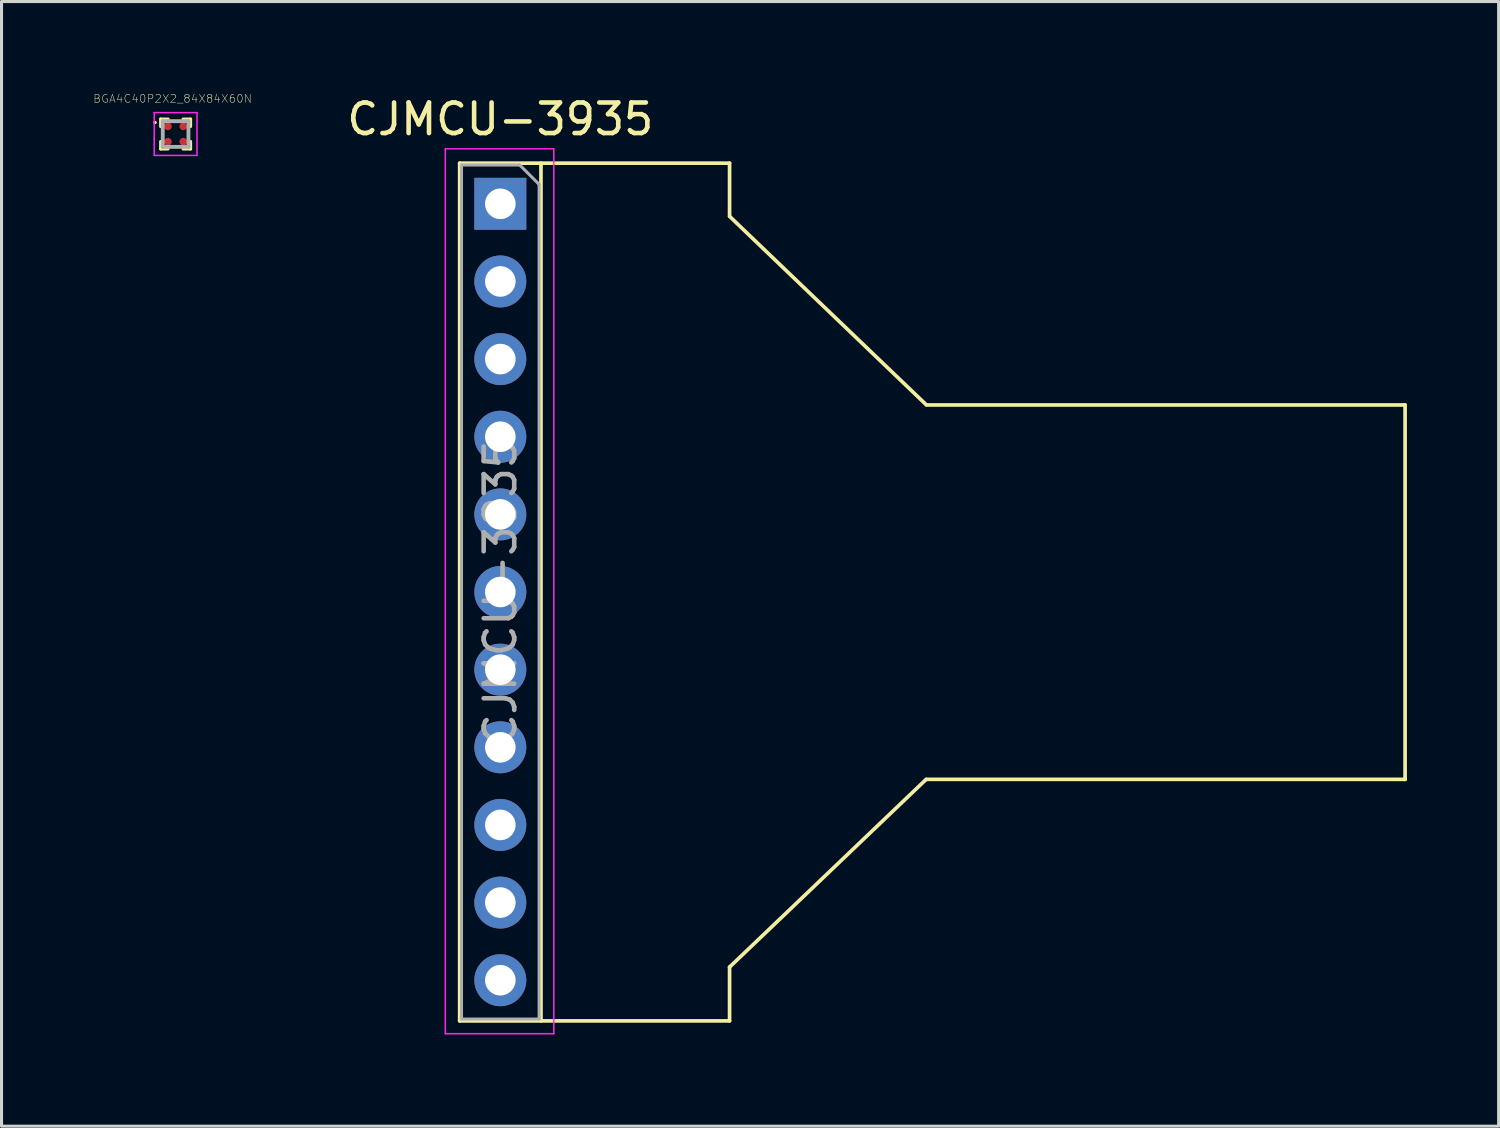
<source format=kicad_pcb>
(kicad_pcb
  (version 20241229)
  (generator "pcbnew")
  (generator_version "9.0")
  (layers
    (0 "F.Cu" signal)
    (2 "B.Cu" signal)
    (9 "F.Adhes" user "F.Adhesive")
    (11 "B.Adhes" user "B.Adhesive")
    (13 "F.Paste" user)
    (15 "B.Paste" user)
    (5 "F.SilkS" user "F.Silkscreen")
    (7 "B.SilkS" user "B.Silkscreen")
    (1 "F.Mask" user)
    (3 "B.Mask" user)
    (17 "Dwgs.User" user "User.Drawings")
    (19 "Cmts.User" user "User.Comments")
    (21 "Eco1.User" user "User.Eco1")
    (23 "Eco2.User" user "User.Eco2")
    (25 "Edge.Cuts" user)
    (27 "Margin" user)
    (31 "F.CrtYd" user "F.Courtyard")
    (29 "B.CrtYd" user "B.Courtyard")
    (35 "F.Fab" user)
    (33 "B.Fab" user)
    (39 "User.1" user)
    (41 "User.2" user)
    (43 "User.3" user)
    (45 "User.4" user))
  (footprint "BGA4C40P2X2_84X84X60N"
    (layer "F.Cu")
    (at 2.695 1.334)
    (property "Reference" "BGA4C40P2X2_84X84X60N" (at -0.099 -1.156 0) (layer "F.SilkS") (effects (font (size 0.26 0.26) (thickness 0.015))))
    (attr through_hole)
    (fp_line (start -0.49 -0.245) (end -0.49 -0.49) (stroke (width 0.1) (type solid)) (layer "F.SilkS"))
    (fp_line (start -0.49 0.49) (end -0.49 0.245) (stroke (width 0.1) (type solid)) (layer "F.SilkS"))
    (fp_line (start -0.245 -0.49) (end -0.49 -0.49) (stroke (width 0.1) (type solid)) (layer "F.SilkS"))
    (fp_line (start -0.245 0.49) (end -0.49 0.49) (stroke (width 0.1) (type solid)) (layer "F.SilkS"))
    (fp_line (start 0.49 -0.49) (end 0.245 -0.49) (stroke (width 0.1) (type solid)) (layer "F.SilkS"))
    (fp_line (start 0.49 -0.49) (end 0.49 -0.245) (stroke (width 0.1) (type solid)) (layer "F.SilkS"))
    (fp_line (start 0.49 0.245) (end 0.49 0.49) (stroke (width 0.1) (type solid)) (layer "F.SilkS"))
    (fp_line (start 0.49 0.49) (end 0.245 0.49) (stroke (width 0.1) (type solid)) (layer "F.SilkS"))
    (fp_circle (center -0.675 -0.375) (end -0.645 -0.375) (stroke (width 0.06) (type solid)) (fill no) (layer "F.SilkS"))
    (fp_line (start -0.7 -0.7) (end 0.7 -0.7) (stroke (width 0.05) (type solid)) (layer "F.CrtYd"))
    (fp_line (start -0.7 0.7) (end -0.7 -0.7) (stroke (width 0.05) (type solid)) (layer "F.CrtYd"))
    (fp_line (start 0.7 -0.7) (end 0.7 0.7) (stroke (width 0.05) (type solid)) (layer "F.CrtYd"))
    (fp_line (start 0.7 0.7) (end -0.7 0.7) (stroke (width 0.05) (type solid)) (layer "F.CrtYd"))
    (fp_line (start -0.42 -0.42) (end -0.42 0.42) (stroke (width 0.127) (type solid)) (layer "F.Fab"))
    (fp_line (start -0.42 0.42) (end 0.42 0.42) (stroke (width 0.127) (type solid)) (layer "F.Fab"))
    (fp_line (start 0.42 -0.42) (end -0.42 -0.42) (stroke (width 0.127) (type solid)) (layer "F.Fab"))
    (fp_line (start 0.42 0.42) (end 0.42 -0.42) (stroke (width 0.127) (type solid)) (layer "F.Fab"))
    (pad "A1" smd circle (at -0.25 -0.25) (size 0.25 0.25) (layers "F.Cu" "F.Mask" "F.Paste"))
    (pad "A2" smd circle (at 0.25 -0.25) (size 0.25 0.25) (layers "F.Cu" "F.Mask" "F.Paste"))
    (pad "B1" smd circle (at -0.25 0.25) (size 0.25 0.25) (layers "F.Cu" "F.Mask" "F.Paste"))
    (pad "B2" smd circle (at 0.25 0.25) (size 0.25 0.25) (layers "F.Cu" "F.Mask" "F.Paste")))
  (footprint "CJMCU-3935"
    (layer "F.Cu")
    (at 13.318 3.618)
    (property "Reference" "CJMCU-3935" (at 0 -2.77 0) (layer "F.SilkS") (effects (font (size 1 1) (thickness 0.15))))
    (attr through_hole)
    (fp_line (start -1.33 -1.33) (end -1.33 26.73) (stroke (width 0.12) (type solid)) (layer "F.SilkS"))
    (fp_line (start -1.33 -1.33) (end 7.5 -1.33) (stroke (width 0.12) (type solid)) (layer "F.SilkS"))
    (fp_line (start -1.33 26.73) (end 7.5 26.73) (stroke (width 0.12) (type solid)) (layer "F.SilkS"))
    (fp_line (start 1.33 -1.33) (end 1.33 26.73) (stroke (width 0.12) (type solid)) (layer "F.SilkS"))
    (fp_line (start 7.5 0.4) (end 7.5 -1.33) (stroke (width 0.12) (type solid)) (layer "F.SilkS"))
    (fp_line (start 7.5 0.41) (end 13.93 6.57) (stroke (width 0.12) (type solid)) (layer "F.SilkS"))
    (fp_line (start 7.5 26.73) (end 7.5 24.97) (stroke (width 0.12) (type solid)) (layer "F.SilkS"))
    (fp_line (start 13.93 18.83) (end 7.5 24.97) (stroke (width 0.12) (type solid)) (layer "F.SilkS"))
    (fp_line (start 13.94 6.58) (end 29.6 6.58) (stroke (width 0.12) (type solid)) (layer "F.SilkS"))
    (fp_line (start 13.94 18.83) (end 29.6 18.83) (stroke (width 0.12) (type solid)) (layer "F.SilkS"))
    (fp_line (start 29.6 6.58) (end 29.6 18.83) (stroke (width 0.12) (type solid)) (layer "F.SilkS"))
    (fp_line (start -1.8 -1.8) (end 1.75 -1.8) (stroke (width 0.05) (type solid)) (layer "F.CrtYd"))
    (fp_line (start -1.8 27.15) (end -1.8 -1.8) (stroke (width 0.05) (type solid)) (layer "F.CrtYd"))
    (fp_line (start 1.75 -1.8) (end 1.75 27.15) (stroke (width 0.05) (type solid)) (layer "F.CrtYd"))
    (fp_line (start 1.75 27.15) (end -1.8 27.15) (stroke (width 0.05) (type solid)) (layer "F.CrtYd"))
    (fp_line (start -1.27 -1.27) (end 0.635 -1.27) (stroke (width 0.1) (type solid)) (layer "F.Fab"))
    (fp_line (start -1.27 26.67) (end -1.27 -1.27) (stroke (width 0.1) (type solid)) (layer "F.Fab"))
    (fp_line (start 0.635 -1.27) (end 1.27 -0.635) (stroke (width 0.1) (type solid)) (layer "F.Fab"))
    (fp_line (start 1.27 -0.635) (end 1.27 26.67) (stroke (width 0.1) (type solid)) (layer "F.Fab"))
    (fp_line (start 1.27 26.67) (end -1.27 26.67) (stroke (width 0.1) (type solid)) (layer "F.Fab"))
    (fp_text user "${REFERENCE}" (at 0 12.7 90) (layer "F.Fab") (effects (font (size 1 1) (thickness 0.15))))
    (pad "1" thru_hole rect (at 0 0) (size 1.7 1.7) (drill 1) (layers "*.Cu" "*.Mask"))
    (pad "2" thru_hole oval (at 0 2.54) (size 1.7 1.7) (drill 1) (layers "*.Cu" "*.Mask"))
    (pad "3" thru_hole oval (at 0 5.08) (size 1.7 1.7) (drill 1) (layers "*.Cu" "*.Mask"))
    (pad "4" thru_hole oval (at 0 7.62) (size 1.7 1.7) (drill 1) (layers "*.Cu" "*.Mask"))
    (pad "5" thru_hole oval (at 0 10.16) (size 1.7 1.7) (drill 1) (layers "*.Cu" "*.Mask"))
    (pad "6" thru_hole oval (at 0 12.7) (size 1.7 1.7) (drill 1) (layers "*.Cu" "*.Mask"))
    (pad "7" thru_hole oval (at 0 15.24) (size 1.7 1.7) (drill 1) (layers "*.Cu" "*.Mask"))
    (pad "8" thru_hole oval (at 0 17.78) (size 1.7 1.7) (drill 1) (layers "*.Cu" "*.Mask"))
    (pad "9" thru_hole oval (at 0 20.32) (size 1.7 1.7) (drill 1) (layers "*.Cu" "*.Mask"))
    (pad "10" thru_hole oval (at 0 22.86) (size 1.7 1.7) (drill 1) (layers "*.Cu" "*.Mask"))
    (pad "11" thru_hole oval (at 0 25.4) (size 1.7 1.7) (drill 1) (layers "*.Cu" "*.Mask")))
  (gr_rect
    (start -3 -3)
    (end 45.978 33.793)
    (stroke (width 0.1) (type default))
    (fill no)
    (layer "Edge.Cuts")))
</source>
